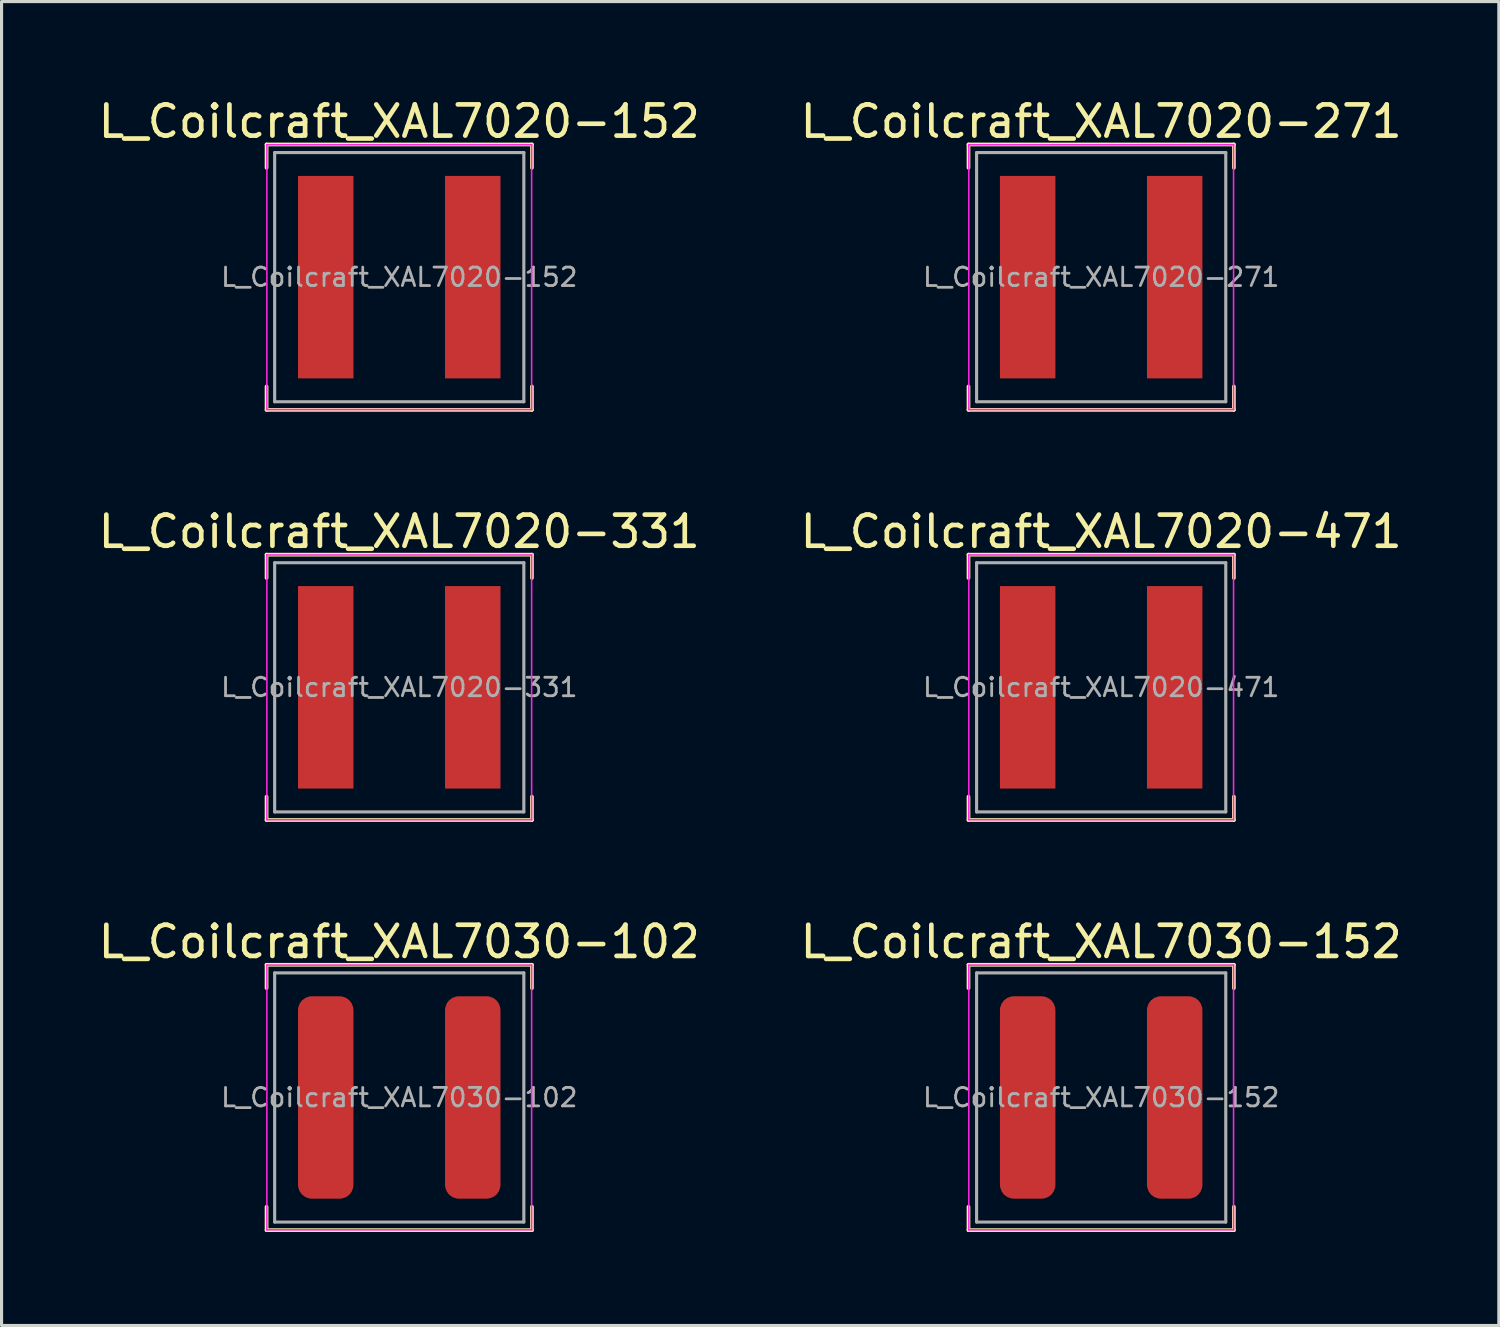
<source format=kicad_pcb>
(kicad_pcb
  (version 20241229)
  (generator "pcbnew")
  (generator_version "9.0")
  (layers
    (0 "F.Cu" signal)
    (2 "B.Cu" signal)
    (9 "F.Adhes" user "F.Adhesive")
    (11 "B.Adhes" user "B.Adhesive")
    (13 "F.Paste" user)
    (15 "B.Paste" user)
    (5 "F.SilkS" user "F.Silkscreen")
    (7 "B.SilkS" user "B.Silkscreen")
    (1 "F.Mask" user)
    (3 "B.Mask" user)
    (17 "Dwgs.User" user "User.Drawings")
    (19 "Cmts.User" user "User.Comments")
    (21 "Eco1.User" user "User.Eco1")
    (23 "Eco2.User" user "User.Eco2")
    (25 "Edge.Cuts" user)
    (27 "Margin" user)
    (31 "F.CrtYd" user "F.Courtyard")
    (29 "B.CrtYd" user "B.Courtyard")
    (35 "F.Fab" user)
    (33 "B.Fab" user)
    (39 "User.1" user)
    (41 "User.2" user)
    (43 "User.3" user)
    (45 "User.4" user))
  (footprint "L_Coilcraft_XAL7020-331"
    (layer "F.Cu")
    (at 9.768 19.017)
    (property "Reference" "L_Coilcraft_XAL7020-331" (at 0 -5 0) (layer "F.SilkS") (effects (font (size 1 1) (thickness 0.15))))
    (attr smd)
    (fp_line (start -4.26 -4.26) (end -4.26 -3.51) (stroke (width 0.12) (type solid)) (layer "F.SilkS"))
    (fp_line (start -4.26 -4.26) (end 4.26 -4.26) (stroke (width 0.12) (type solid)) (layer "F.SilkS"))
    (fp_line (start -4.26 4.26) (end -4.26 3.51) (stroke (width 0.12) (type solid)) (layer "F.SilkS"))
    (fp_line (start -4.26 4.26) (end 4.26 4.26) (stroke (width 0.12) (type solid)) (layer "F.SilkS"))
    (fp_line (start 4.26 -4.26) (end 4.26 -3.51) (stroke (width 0.12) (type solid)) (layer "F.SilkS"))
    (fp_line (start 4.26 4.26) (end 4.26 3.51) (stroke (width 0.12) (type solid)) (layer "F.SilkS"))
    (fp_line (start -4.25 -4.25) (end -4.25 4.25) (stroke (width 0.05) (type solid)) (layer "F.CrtYd"))
    (fp_line (start -4.25 4.25) (end 4.25 4.25) (stroke (width 0.05) (type solid)) (layer "F.CrtYd"))
    (fp_line (start 4.25 -4.25) (end -4.25 -4.25) (stroke (width 0.05) (type solid)) (layer "F.CrtYd"))
    (fp_line (start 4.25 4.25) (end 4.25 -4.25) (stroke (width 0.05) (type solid)) (layer "F.CrtYd"))
    (fp_line (start -4 -4) (end -4 4) (stroke (width 0.1) (type solid)) (layer "F.Fab"))
    (fp_line (start -4 4) (end 4 4) (stroke (width 0.1) (type solid)) (layer "F.Fab"))
    (fp_line (start 4 -4) (end -4 -4) (stroke (width 0.1) (type solid)) (layer "F.Fab"))
    (fp_line (start 4 4) (end 4 -4) (stroke (width 0.1) (type solid)) (layer "F.Fab"))
    (fp_text user "${REFERENCE}" (at 0 0 0) (layer "F.Fab") (effects (font (size 0.593 0.593) (thickness 0.089))))
    (pad "1" smd rect (at -2.36 0) (size 1.78 6.5) (layers "F.Cu" "F.Mask" "F.Paste"))
    (pad "2" smd rect (at 2.36 0) (size 1.78 6.5) (layers "F.Cu" "F.Mask" "F.Paste")))
  (footprint "L_Coilcraft_XAL7030-152"
    (layer "F.Cu")
    (at 32.304 32.185)
    (property "Reference" "L_Coilcraft_XAL7030-152" (at 0 -5 0) (layer "F.SilkS") (effects (font (size 1 1) (thickness 0.15))))
    (attr smd)
    (fp_line (start -4.26 -4.26) (end -4.26 -3.51) (stroke (width 0.12) (type solid)) (layer "F.SilkS"))
    (fp_line (start -4.26 -4.26) (end 4.26 -4.26) (stroke (width 0.12) (type solid)) (layer "F.SilkS"))
    (fp_line (start -4.26 4.26) (end -4.26 3.51) (stroke (width 0.12) (type solid)) (layer "F.SilkS"))
    (fp_line (start -4.26 4.26) (end 4.26 4.26) (stroke (width 0.12) (type solid)) (layer "F.SilkS"))
    (fp_line (start 4.26 -4.26) (end 4.26 -3.51) (stroke (width 0.12) (type solid)) (layer "F.SilkS"))
    (fp_line (start 4.26 4.26) (end 4.26 3.51) (stroke (width 0.12) (type solid)) (layer "F.SilkS"))
    (fp_line (start -4.25 -4.25) (end -4.25 4.25) (stroke (width 0.05) (type solid)) (layer "F.CrtYd"))
    (fp_line (start -4.25 4.25) (end 4.25 4.25) (stroke (width 0.05) (type solid)) (layer "F.CrtYd"))
    (fp_line (start 4.25 -4.25) (end -4.25 -4.25) (stroke (width 0.05) (type solid)) (layer "F.CrtYd"))
    (fp_line (start 4.25 4.25) (end 4.25 -4.25) (stroke (width 0.05) (type solid)) (layer "F.CrtYd"))
    (fp_line (start -4 -4) (end -4 4) (stroke (width 0.1) (type solid)) (layer "F.Fab"))
    (fp_line (start -4 4) (end 4 4) (stroke (width 0.1) (type solid)) (layer "F.Fab"))
    (fp_line (start 4 -4) (end -4 -4) (stroke (width 0.1) (type solid)) (layer "F.Fab"))
    (fp_line (start 4 4) (end 4 -4) (stroke (width 0.1) (type solid)) (layer "F.Fab"))
    (fp_text user "${REFERENCE}" (at 0 0 0) (layer "F.Fab") (effects (font (size 0.593 0.593) (thickness 0.089))))
    (pad "1" smd roundrect (at -2.36 0) (size 1.78 6.5) (layers "F.Cu" "F.Mask" "F.Paste") (roundrect_rratio 0.25))
    (pad "2" smd roundrect (at 2.36 0) (size 1.78 6.5) (layers "F.Cu" "F.Mask" "F.Paste") (roundrect_rratio 0.25)))
  (footprint "L_Coilcraft_XAL7030-102"
    (layer "F.Cu")
    (at 9.768 32.185)
    (property "Reference" "L_Coilcraft_XAL7030-102" (at 0 -5 0) (layer "F.SilkS") (effects (font (size 1 1) (thickness 0.15))))
    (attr smd)
    (fp_line (start -4.26 -4.26) (end -4.26 -3.51) (stroke (width 0.12) (type solid)) (layer "F.SilkS"))
    (fp_line (start -4.26 -4.26) (end 4.26 -4.26) (stroke (width 0.12) (type solid)) (layer "F.SilkS"))
    (fp_line (start -4.26 4.26) (end -4.26 3.51) (stroke (width 0.12) (type solid)) (layer "F.SilkS"))
    (fp_line (start -4.26 4.26) (end 4.26 4.26) (stroke (width 0.12) (type solid)) (layer "F.SilkS"))
    (fp_line (start 4.26 -4.26) (end 4.26 -3.51) (stroke (width 0.12) (type solid)) (layer "F.SilkS"))
    (fp_line (start 4.26 4.26) (end 4.26 3.51) (stroke (width 0.12) (type solid)) (layer "F.SilkS"))
    (fp_line (start -4.25 -4.25) (end -4.25 4.25) (stroke (width 0.05) (type solid)) (layer "F.CrtYd"))
    (fp_line (start -4.25 4.25) (end 4.25 4.25) (stroke (width 0.05) (type solid)) (layer "F.CrtYd"))
    (fp_line (start 4.25 -4.25) (end -4.25 -4.25) (stroke (width 0.05) (type solid)) (layer "F.CrtYd"))
    (fp_line (start 4.25 4.25) (end 4.25 -4.25) (stroke (width 0.05) (type solid)) (layer "F.CrtYd"))
    (fp_line (start -4 -4) (end -4 4) (stroke (width 0.1) (type solid)) (layer "F.Fab"))
    (fp_line (start -4 4) (end 4 4) (stroke (width 0.1) (type solid)) (layer "F.Fab"))
    (fp_line (start 4 -4) (end -4 -4) (stroke (width 0.1) (type solid)) (layer "F.Fab"))
    (fp_line (start 4 4) (end 4 -4) (stroke (width 0.1) (type solid)) (layer "F.Fab"))
    (fp_text user "${REFERENCE}" (at 0 0 0) (layer "F.Fab") (effects (font (size 0.593 0.593) (thickness 0.089))))
    (pad "1" smd roundrect (at -2.36 0) (size 1.78 6.5) (layers "F.Cu" "F.Mask" "F.Paste") (roundrect_rratio 0.25))
    (pad "2" smd roundrect (at 2.36 0) (size 1.78 6.5) (layers "F.Cu" "F.Mask" "F.Paste") (roundrect_rratio 0.25)))
  (footprint "L_Coilcraft_XAL7020-271"
    (layer "F.Cu")
    (at 32.304 5.848)
    (property "Reference" "L_Coilcraft_XAL7020-271" (at 0 -5 0) (layer "F.SilkS") (effects (font (size 1 1) (thickness 0.15))))
    (attr smd)
    (fp_line (start -4.26 -4.26) (end -4.26 -3.51) (stroke (width 0.12) (type solid)) (layer "F.SilkS"))
    (fp_line (start -4.26 -4.26) (end 4.26 -4.26) (stroke (width 0.12) (type solid)) (layer "F.SilkS"))
    (fp_line (start -4.26 4.26) (end -4.26 3.51) (stroke (width 0.12) (type solid)) (layer "F.SilkS"))
    (fp_line (start -4.26 4.26) (end 4.26 4.26) (stroke (width 0.12) (type solid)) (layer "F.SilkS"))
    (fp_line (start 4.26 -4.26) (end 4.26 -3.51) (stroke (width 0.12) (type solid)) (layer "F.SilkS"))
    (fp_line (start 4.26 4.26) (end 4.26 3.51) (stroke (width 0.12) (type solid)) (layer "F.SilkS"))
    (fp_line (start -4.25 -4.25) (end -4.25 4.25) (stroke (width 0.05) (type solid)) (layer "F.CrtYd"))
    (fp_line (start -4.25 4.25) (end 4.25 4.25) (stroke (width 0.05) (type solid)) (layer "F.CrtYd"))
    (fp_line (start 4.25 -4.25) (end -4.25 -4.25) (stroke (width 0.05) (type solid)) (layer "F.CrtYd"))
    (fp_line (start 4.25 4.25) (end 4.25 -4.25) (stroke (width 0.05) (type solid)) (layer "F.CrtYd"))
    (fp_line (start -4 -4) (end -4 4) (stroke (width 0.1) (type solid)) (layer "F.Fab"))
    (fp_line (start -4 4) (end 4 4) (stroke (width 0.1) (type solid)) (layer "F.Fab"))
    (fp_line (start 4 -4) (end -4 -4) (stroke (width 0.1) (type solid)) (layer "F.Fab"))
    (fp_line (start 4 4) (end 4 -4) (stroke (width 0.1) (type solid)) (layer "F.Fab"))
    (fp_text user "${REFERENCE}" (at 0 0 0) (layer "F.Fab") (effects (font (size 0.593 0.593) (thickness 0.089))))
    (pad "1" smd rect (at -2.36 0) (size 1.78 6.5) (layers "F.Cu" "F.Mask" "F.Paste"))
    (pad "2" smd rect (at 2.36 0) (size 1.78 6.5) (layers "F.Cu" "F.Mask" "F.Paste")))
  (footprint "L_Coilcraft_XAL7020-471"
    (layer "F.Cu")
    (at 32.304 19.017)
    (property "Reference" "L_Coilcraft_XAL7020-471" (at 0 -5 0) (layer "F.SilkS") (effects (font (size 1 1) (thickness 0.15))))
    (attr smd)
    (fp_line (start -4.26 -4.26) (end -4.26 -3.51) (stroke (width 0.12) (type solid)) (layer "F.SilkS"))
    (fp_line (start -4.26 -4.26) (end 4.26 -4.26) (stroke (width 0.12) (type solid)) (layer "F.SilkS"))
    (fp_line (start -4.26 4.26) (end -4.26 3.51) (stroke (width 0.12) (type solid)) (layer "F.SilkS"))
    (fp_line (start -4.26 4.26) (end 4.26 4.26) (stroke (width 0.12) (type solid)) (layer "F.SilkS"))
    (fp_line (start 4.26 -4.26) (end 4.26 -3.51) (stroke (width 0.12) (type solid)) (layer "F.SilkS"))
    (fp_line (start 4.26 4.26) (end 4.26 3.51) (stroke (width 0.12) (type solid)) (layer "F.SilkS"))
    (fp_line (start -4.25 -4.25) (end -4.25 4.25) (stroke (width 0.05) (type solid)) (layer "F.CrtYd"))
    (fp_line (start -4.25 4.25) (end 4.25 4.25) (stroke (width 0.05) (type solid)) (layer "F.CrtYd"))
    (fp_line (start 4.25 -4.25) (end -4.25 -4.25) (stroke (width 0.05) (type solid)) (layer "F.CrtYd"))
    (fp_line (start 4.25 4.25) (end 4.25 -4.25) (stroke (width 0.05) (type solid)) (layer "F.CrtYd"))
    (fp_line (start -4 -4) (end -4 4) (stroke (width 0.1) (type solid)) (layer "F.Fab"))
    (fp_line (start -4 4) (end 4 4) (stroke (width 0.1) (type solid)) (layer "F.Fab"))
    (fp_line (start 4 -4) (end -4 -4) (stroke (width 0.1) (type solid)) (layer "F.Fab"))
    (fp_line (start 4 4) (end 4 -4) (stroke (width 0.1) (type solid)) (layer "F.Fab"))
    (fp_text user "${REFERENCE}" (at 0 0 0) (layer "F.Fab") (effects (font (size 0.593 0.593) (thickness 0.089))))
    (pad "1" smd rect (at -2.36 0) (size 1.78 6.5) (layers "F.Cu" "F.Mask" "F.Paste"))
    (pad "2" smd rect (at 2.36 0) (size 1.78 6.5) (layers "F.Cu" "F.Mask" "F.Paste")))
  (footprint "L_Coilcraft_XAL7020-152"
    (layer "F.Cu")
    (at 9.768 5.848)
    (property "Reference" "L_Coilcraft_XAL7020-152" (at 0 -5 0) (layer "F.SilkS") (effects (font (size 1 1) (thickness 0.15))))
    (attr smd)
    (fp_line (start -4.26 -4.26) (end -4.26 -3.51) (stroke (width 0.12) (type solid)) (layer "F.SilkS"))
    (fp_line (start -4.26 -4.26) (end 4.26 -4.26) (stroke (width 0.12) (type solid)) (layer "F.SilkS"))
    (fp_line (start -4.26 4.26) (end -4.26 3.51) (stroke (width 0.12) (type solid)) (layer "F.SilkS"))
    (fp_line (start -4.26 4.26) (end 4.26 4.26) (stroke (width 0.12) (type solid)) (layer "F.SilkS"))
    (fp_line (start 4.26 -4.26) (end 4.26 -3.51) (stroke (width 0.12) (type solid)) (layer "F.SilkS"))
    (fp_line (start 4.26 4.26) (end 4.26 3.51) (stroke (width 0.12) (type solid)) (layer "F.SilkS"))
    (fp_line (start -4.25 -4.25) (end -4.25 4.25) (stroke (width 0.05) (type solid)) (layer "F.CrtYd"))
    (fp_line (start -4.25 4.25) (end 4.25 4.25) (stroke (width 0.05) (type solid)) (layer "F.CrtYd"))
    (fp_line (start 4.25 -4.25) (end -4.25 -4.25) (stroke (width 0.05) (type solid)) (layer "F.CrtYd"))
    (fp_line (start 4.25 4.25) (end 4.25 -4.25) (stroke (width 0.05) (type solid)) (layer "F.CrtYd"))
    (fp_line (start -4 -4) (end -4 4) (stroke (width 0.1) (type solid)) (layer "F.Fab"))
    (fp_line (start -4 4) (end 4 4) (stroke (width 0.1) (type solid)) (layer "F.Fab"))
    (fp_line (start 4 -4) (end -4 -4) (stroke (width 0.1) (type solid)) (layer "F.Fab"))
    (fp_line (start 4 4) (end 4 -4) (stroke (width 0.1) (type solid)) (layer "F.Fab"))
    (fp_text user "${REFERENCE}" (at 0 0 0) (layer "F.Fab") (effects (font (size 0.593 0.593) (thickness 0.089))))
    (pad "1" smd rect (at -2.36 0) (size 1.78 6.5) (layers "F.Cu" "F.Mask" "F.Paste"))
    (pad "2" smd rect (at 2.36 0) (size 1.78 6.5) (layers "F.Cu" "F.Mask" "F.Paste")))
  (gr_rect
    (start -3 -3)
    (end 45.071 39.505)
    (stroke (width 0.1) (type default))
    (fill no)
    (layer "Edge.Cuts")))
</source>
